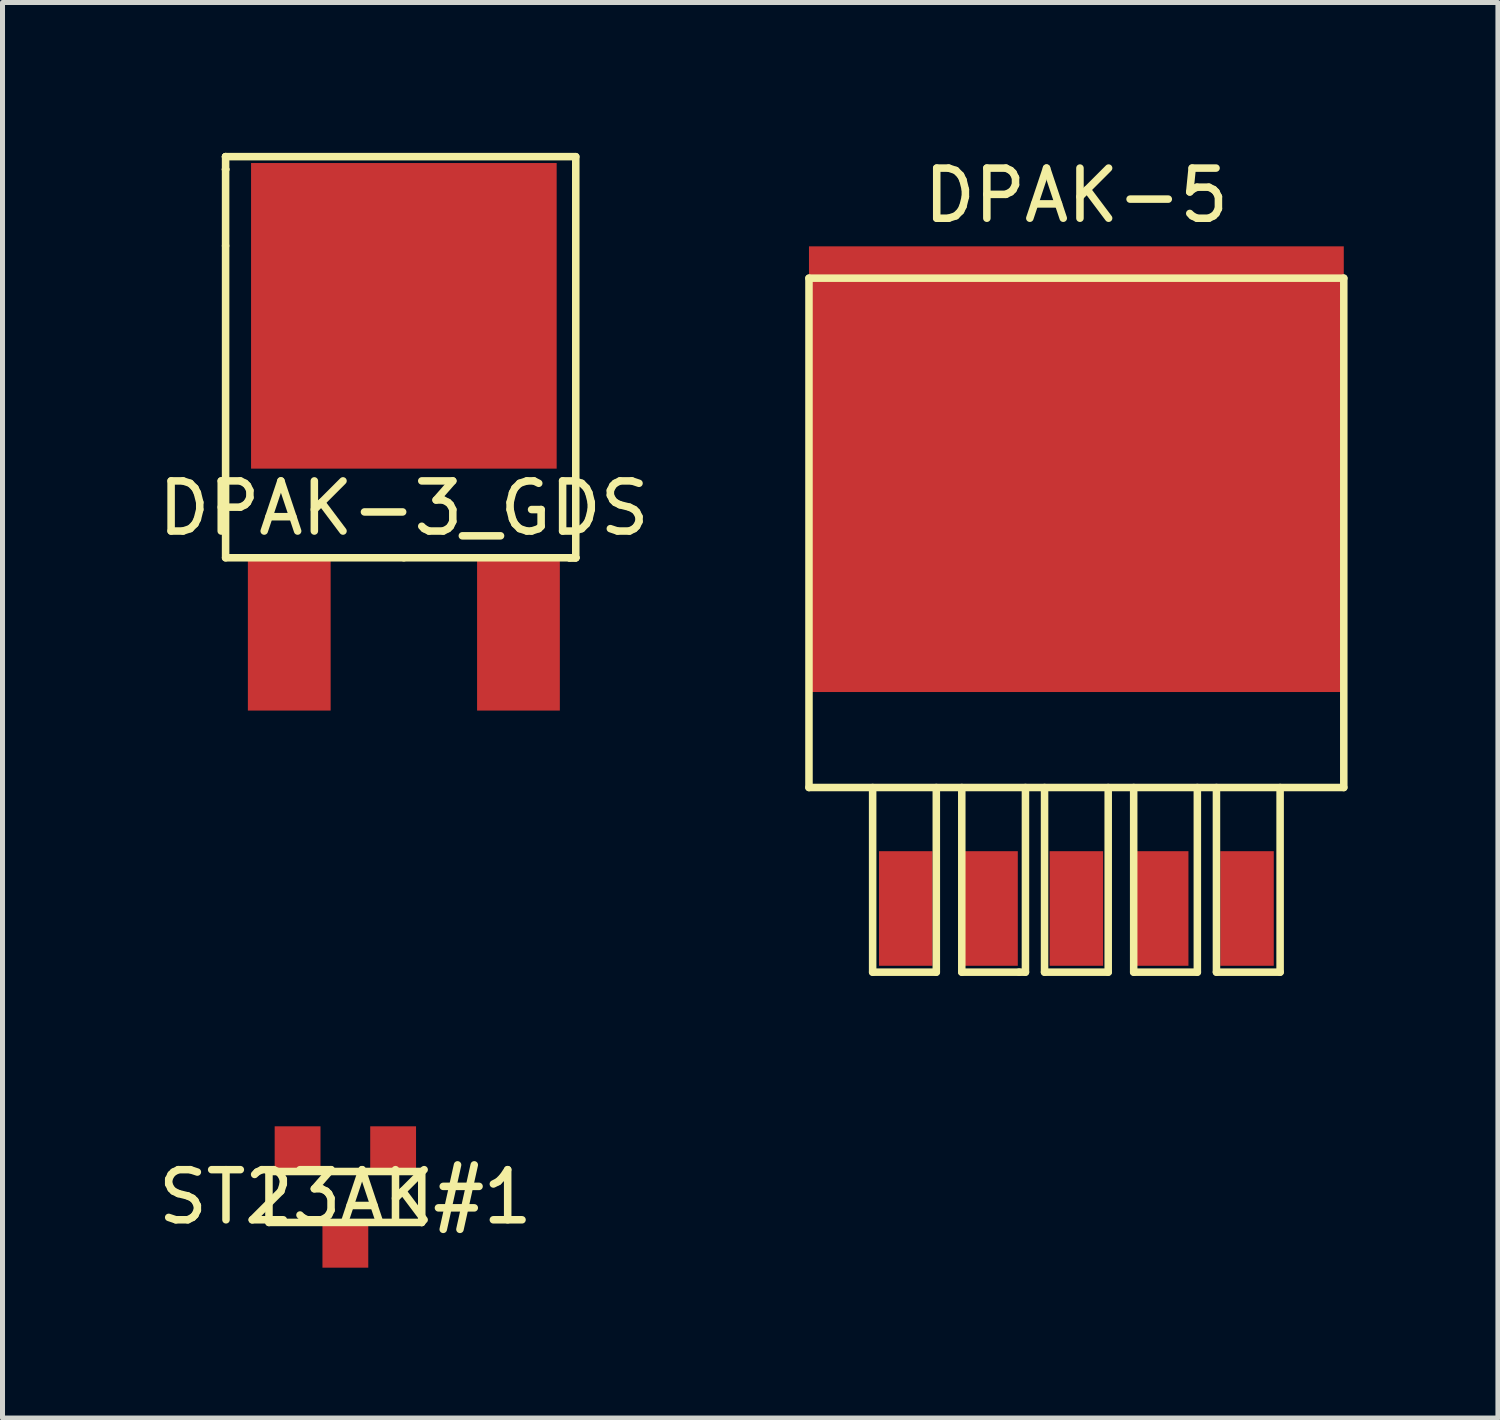
<source format=kicad_pcb>
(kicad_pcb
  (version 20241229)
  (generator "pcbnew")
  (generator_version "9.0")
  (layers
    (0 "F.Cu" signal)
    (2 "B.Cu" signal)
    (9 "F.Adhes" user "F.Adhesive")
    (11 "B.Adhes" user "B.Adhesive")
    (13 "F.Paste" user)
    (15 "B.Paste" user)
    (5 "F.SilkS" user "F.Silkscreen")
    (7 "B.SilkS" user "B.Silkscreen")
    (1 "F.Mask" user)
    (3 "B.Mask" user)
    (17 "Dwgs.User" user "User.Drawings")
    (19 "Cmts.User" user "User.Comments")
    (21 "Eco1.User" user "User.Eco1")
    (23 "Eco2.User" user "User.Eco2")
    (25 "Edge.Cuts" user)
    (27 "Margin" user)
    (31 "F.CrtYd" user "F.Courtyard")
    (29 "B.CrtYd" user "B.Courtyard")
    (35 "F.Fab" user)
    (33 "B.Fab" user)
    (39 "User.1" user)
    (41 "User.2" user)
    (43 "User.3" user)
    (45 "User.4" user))
  (footprint "DPAK-3_GDS"
    (layer "F.Cu")
    (at 5.006 7.187)
    (property "Reference" "DPAK-3_GDS" (at 0 -0.099 0) (layer "F.SilkS") (effects (font (size 1 1) (thickness 0.15))))
    (attr smd)
    (fp_line (start -3.556 -7.112) (end -3.556 -7.112) (stroke (width 0.15) (type solid)) (layer "F.SilkS"))
    (fp_line (start -3.556 -7.112) (end -3.556 -7.112) (stroke (width 0.15) (type solid)) (layer "F.SilkS"))
    (fp_line (start -3.556 -6.858) (end -3.556 -7.112) (stroke (width 0.15) (type solid)) (layer "F.SilkS"))
    (fp_line (start -3.556 -6.858) (end -3.556 -6.858) (stroke (width 0.15) (type solid)) (layer "F.SilkS"))
    (fp_line (start -3.556 -6.858) (end -3.556 -6.858) (stroke (width 0.15) (type solid)) (layer "F.SilkS"))
    (fp_line (start -3.556 -5.334) (end -3.556 -6.858) (stroke (width 0.15) (type solid)) (layer "F.SilkS"))
    (fp_line (start -3.556 -5.334) (end -3.556 0.889) (stroke (width 0.15) (type solid)) (layer "F.SilkS"))
    (fp_line (start -3.556 0.889) (end 0 0.889) (stroke (width 0.15) (type solid)) (layer "F.SilkS"))
    (fp_line (start 0 0.889) (end 3.429 0.889) (stroke (width 0.15) (type solid)) (layer "F.SilkS"))
    (fp_line (start 3.302 0.889) (end 3.302 0.889) (stroke (width 0.15) (type solid)) (layer "F.SilkS"))
    (fp_line (start 3.302 0.889) (end 3.429 0.889) (stroke (width 0.15) (type solid)) (layer "F.SilkS"))
    (fp_line (start 3.429 -7.112) (end -3.556 -7.112) (stroke (width 0.15) (type solid)) (layer "F.SilkS"))
    (fp_line (start 3.429 0.889) (end 3.302 0.889) (stroke (width 0.15) (type solid)) (layer "F.SilkS"))
    (fp_line (start 3.429 0.889) (end 3.429 -7.112) (stroke (width 0.15) (type solid)) (layer "F.SilkS"))
    (pad "D" smd rect (at 0 -3.937) (size 6.096 6.096) (layers "F.Cu" "F.Mask" "F.Paste"))
    (pad "G" smd rect (at -2.286 2.413) (size 1.651 3.048) (layers "F.Cu" "F.Mask" "F.Paste"))
    (pad "S" smd rect (at 2.286 2.413) (size 1.651 3.048) (layers "F.Cu" "F.Mask" "F.Paste")))
  (footprint "DPAK-5"
    (layer "F.Cu")
    (at 18.421 15.072)
    (property "Reference" "DPAK-5" (at 0 -14.224 0) (layer "F.SilkS") (effects (font (size 1 1) (thickness 0.15))))
    (attr through_hole)
    (fp_line (start -5.334 -12.573) (end -5.334 -2.413) (stroke (width 0.15) (type solid)) (layer "F.SilkS"))
    (fp_line (start -5.334 -2.413) (end 5.334 -2.413) (stroke (width 0.15) (type solid)) (layer "F.SilkS"))
    (fp_line (start -4.064 -2.413) (end -4.064 1.27) (stroke (width 0.15) (type solid)) (layer "F.SilkS"))
    (fp_line (start -4.064 1.27) (end -2.794 1.27) (stroke (width 0.15) (type solid)) (layer "F.SilkS"))
    (fp_line (start -2.794 1.27) (end -2.794 -2.413) (stroke (width 0.15) (type solid)) (layer "F.SilkS"))
    (fp_line (start -2.286 -2.413) (end -2.286 1.27) (stroke (width 0.15) (type solid)) (layer "F.SilkS"))
    (fp_line (start -2.286 1.27) (end -1.143 1.27) (stroke (width 0.15) (type solid)) (layer "F.SilkS"))
    (fp_line (start -1.143 1.27) (end -1.016 1.27) (stroke (width 0.15) (type solid)) (layer "F.SilkS"))
    (fp_line (start -1.016 1.27) (end -1.016 -2.413) (stroke (width 0.15) (type solid)) (layer "F.SilkS"))
    (fp_line (start -0.635 -2.413) (end -0.635 1.27) (stroke (width 0.15) (type solid)) (layer "F.SilkS"))
    (fp_line (start -0.635 1.27) (end 0.635 1.27) (stroke (width 0.15) (type solid)) (layer "F.SilkS"))
    (fp_line (start 0.635 1.27) (end 0.635 -2.413) (stroke (width 0.15) (type solid)) (layer "F.SilkS"))
    (fp_line (start 1.143 -2.413) (end 1.143 1.27) (stroke (width 0.15) (type solid)) (layer "F.SilkS"))
    (fp_line (start 1.143 1.27) (end 2.413 1.27) (stroke (width 0.15) (type solid)) (layer "F.SilkS"))
    (fp_line (start 2.413 1.27) (end 2.413 -2.413) (stroke (width 0.15) (type solid)) (layer "F.SilkS"))
    (fp_line (start 2.794 -2.413) (end 2.794 1.27) (stroke (width 0.15) (type solid)) (layer "F.SilkS"))
    (fp_line (start 2.794 1.27) (end 4.064 1.27) (stroke (width 0.15) (type solid)) (layer "F.SilkS"))
    (fp_line (start 4.064 1.27) (end 4.064 -2.413) (stroke (width 0.15) (type solid)) (layer "F.SilkS"))
    (fp_line (start 5.334 -12.573) (end -5.334 -12.573) (stroke (width 0.15) (type solid)) (layer "F.SilkS"))
    (fp_line (start 5.334 -2.413) (end 5.334 -12.573) (stroke (width 0.15) (type solid)) (layer "F.SilkS"))
    (pad "1" smd rect (at -3.404 0) (size 1.067 2.286) (layers "F.Cu" "F.Mask" "F.Paste"))
    (pad "2" smd rect (at -1.702 0) (size 1.067 2.286) (layers "F.Cu" "F.Mask" "F.Paste"))
    (pad "3" smd rect (at 0 -8.763) (size 10.668 8.89) (layers "F.Cu" "F.Mask" "F.Paste"))
    (pad "3" smd rect (at 0 0) (size 1.067 2.286) (layers "F.Cu" "F.Mask" "F.Paste"))
    (pad "4" smd rect (at 1.702 0) (size 1.067 2.286) (layers "F.Cu" "F.Mask" "F.Paste"))
    (pad "5" smd rect (at 3.404 0) (size 1.067 2.286) (layers "F.Cu" "F.Mask" "F.Paste")))
  (footprint "ST23AK#1"
    (layer "F.Cu")
    (at 3.839 20.827)
    (property "Reference" "ST23AK#1" (at 0 0 0) (layer "F.SilkS") (effects (font (size 1 1) (thickness 0.15))))
    (attr smd)
    (fp_line (start -1.524 -0.508) (end -1.524 -0.508) (stroke (width 0.15) (type solid)) (layer "F.SilkS"))
    (fp_line (start -1.524 -0.508) (end -1.524 -0.508) (stroke (width 0.15) (type solid)) (layer "F.SilkS"))
    (fp_line (start -1.524 -0.508) (end 1.524 -0.508) (stroke (width 0.15) (type solid)) (layer "F.SilkS"))
    (fp_line (start -1.524 0.508) (end -1.524 -0.508) (stroke (width 0.15) (type solid)) (layer "F.SilkS"))
    (fp_line (start 1.524 -0.508) (end 1.524 0.508) (stroke (width 0.15) (type solid)) (layer "F.SilkS"))
    (fp_line (start 1.524 0.508) (end -1.524 0.508) (stroke (width 0.15) (type solid)) (layer "F.SilkS"))
    (fp_line (start 1.524 0.508) (end 1.524 0.508) (stroke (width 0.15) (type solid)) (layer "F.SilkS"))
    (pad "1" smd rect (at 0.953 -0.953) (size 0.914 0.914) (layers "F.Cu" "F.Mask" "F.Paste"))
    (pad "2" smd rect (at 0 0.953) (size 0.914 0.914) (layers "F.Cu" "F.Mask" "F.Paste"))
    (pad "3" smd rect (at -0.953 -0.953) (size 0.914 0.914) (layers "F.Cu" "F.Mask" "F.Paste")))
  (gr_rect
    (start -3 -3)
    (end 26.83 25.237)
    (stroke (width 0.1) (type default))
    (fill no)
    (layer "Edge.Cuts")))
</source>
